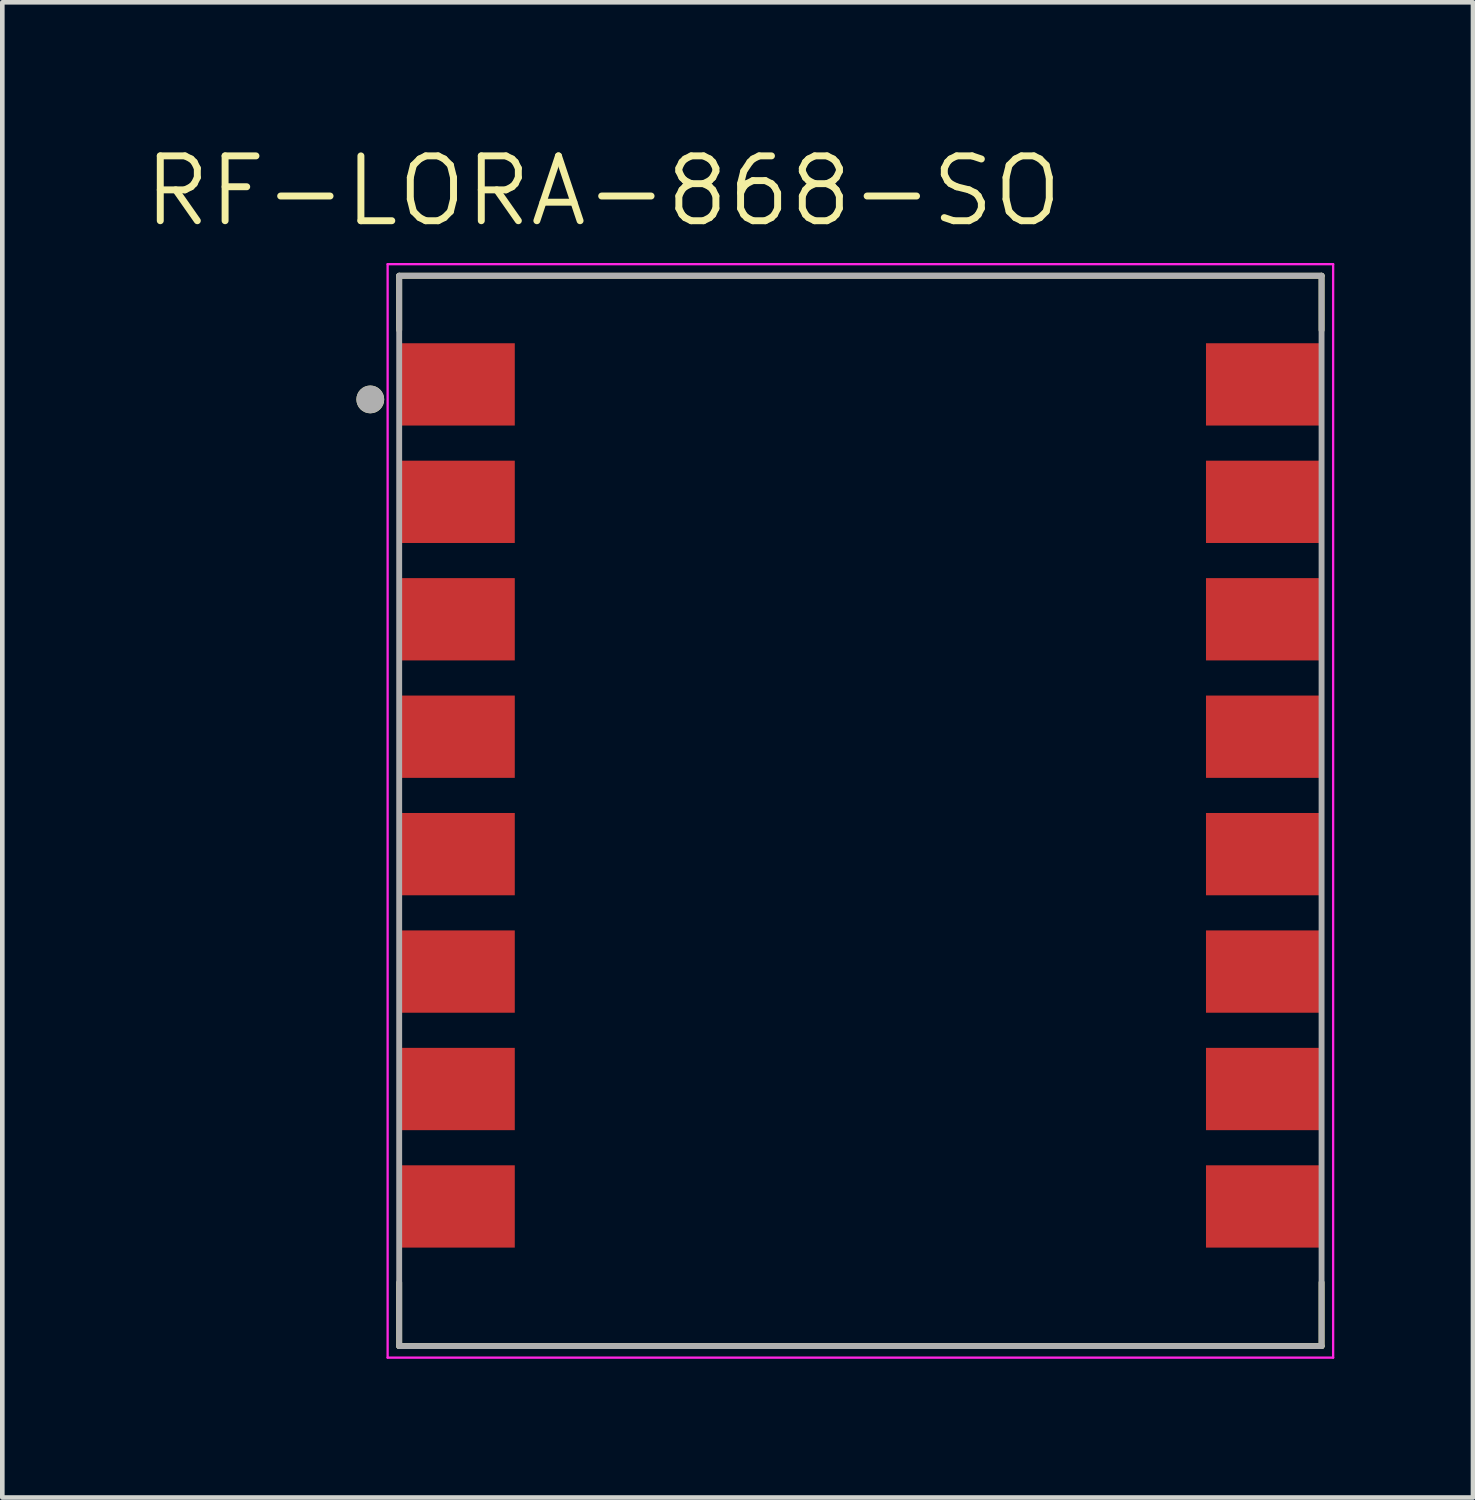
<source format=kicad_pcb>
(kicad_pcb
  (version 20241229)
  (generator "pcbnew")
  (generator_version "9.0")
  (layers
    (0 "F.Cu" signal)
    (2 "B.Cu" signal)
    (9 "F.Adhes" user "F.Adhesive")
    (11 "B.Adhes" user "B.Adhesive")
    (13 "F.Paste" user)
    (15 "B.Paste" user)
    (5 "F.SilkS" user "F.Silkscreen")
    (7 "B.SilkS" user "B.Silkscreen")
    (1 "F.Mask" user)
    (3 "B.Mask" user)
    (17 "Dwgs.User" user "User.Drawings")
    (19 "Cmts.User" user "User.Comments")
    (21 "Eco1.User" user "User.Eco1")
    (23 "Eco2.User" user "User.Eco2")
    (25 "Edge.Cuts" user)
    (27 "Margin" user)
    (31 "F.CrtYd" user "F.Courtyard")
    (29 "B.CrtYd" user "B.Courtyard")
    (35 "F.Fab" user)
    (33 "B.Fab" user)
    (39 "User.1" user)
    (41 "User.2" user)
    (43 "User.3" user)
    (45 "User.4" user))
  (footprint "RF-LORA-868-SO"
    (layer "F.Cu")
    (at 15.559 14.489)
    (property "Reference" "RF-LORA-868-SO" (at -5.562 -13.406 0) (layer "F.SilkS") (effects (font (size 1.402 1.402) (thickness 0.15))))
    (attr smd)
    (fp_line (start -9.975 -11.575) (end -9.975 -10.4) (stroke (width 0.127) (type solid)) (layer "F.SilkS"))
    (fp_line (start -9.975 11.575) (end -9.975 10.2) (stroke (width 0.127) (type solid)) (layer "F.SilkS"))
    (fp_line (start -9.975 11.575) (end 9.975 11.575) (stroke (width 0.127) (type solid)) (layer "F.SilkS"))
    (fp_line (start 9.975 -11.575) (end -9.975 -11.575) (stroke (width 0.127) (type solid)) (layer "F.SilkS"))
    (fp_line (start 9.975 -11.575) (end 9.975 -10.4) (stroke (width 0.127) (type solid)) (layer "F.SilkS"))
    (fp_line (start 9.975 11.575) (end 9.975 10.2) (stroke (width 0.127) (type solid)) (layer "F.SilkS"))
    (fp_circle (center -10.6 -8.9) (end -10.45 -8.9) (stroke (width 0.3) (type solid)) (fill no) (layer "F.SilkS"))
    (fp_line (start -10.225 -11.825) (end 10.225 -11.825) (stroke (width 0.05) (type solid)) (layer "F.CrtYd"))
    (fp_line (start -10.225 11.825) (end -10.225 -11.825) (stroke (width 0.05) (type solid)) (layer "F.CrtYd"))
    (fp_line (start 10.225 -11.825) (end 10.225 11.825) (stroke (width 0.05) (type solid)) (layer "F.CrtYd"))
    (fp_line (start 10.225 11.825) (end -10.225 11.825) (stroke (width 0.05) (type solid)) (layer "F.CrtYd"))
    (fp_line (start -9.975 -11.575) (end 9.975 -11.575) (stroke (width 0.127) (type solid)) (layer "F.Fab"))
    (fp_line (start -9.975 11.575) (end -9.975 -11.575) (stroke (width 0.127) (type solid)) (layer "F.Fab"))
    (fp_line (start 9.975 -11.575) (end 9.975 11.575) (stroke (width 0.127) (type solid)) (layer "F.Fab"))
    (fp_line (start 9.975 11.575) (end -9.975 11.575) (stroke (width 0.127) (type solid)) (layer "F.Fab"))
    (fp_circle (center -10.6 -8.9) (end -10.45 -8.9) (stroke (width 0.3) (type solid)) (fill no) (layer "F.Fab"))
    (pad "1" smd rect (at -8.725 -9.225) (size 2.5 1.78) (layers "F.Cu" "F.Mask" "F.Paste"))
    (pad "2" smd rect (at -8.725 -6.685) (size 2.5 1.78) (layers "F.Cu" "F.Mask" "F.Paste"))
    (pad "3" smd rect (at -8.725 -4.145) (size 2.5 1.78) (layers "F.Cu" "F.Mask" "F.Paste"))
    (pad "4" smd rect (at -8.725 -1.605) (size 2.5 1.78) (layers "F.Cu" "F.Mask" "F.Paste"))
    (pad "5" smd rect (at -8.725 0.935) (size 2.5 1.78) (layers "F.Cu" "F.Mask" "F.Paste"))
    (pad "6" smd rect (at -8.725 3.475) (size 2.5 1.78) (layers "F.Cu" "F.Mask" "F.Paste"))
    (pad "7" smd rect (at -8.725 6.015) (size 2.5 1.78) (layers "F.Cu" "F.Mask" "F.Paste"))
    (pad "8" smd rect (at -8.725 8.555) (size 2.5 1.78) (layers "F.Cu" "F.Mask" "F.Paste"))
    (pad "9" smd rect (at 8.725 8.555) (size 2.5 1.78) (layers "F.Cu" "F.Mask" "F.Paste"))
    (pad "10" smd rect (at 8.725 6.015) (size 2.5 1.78) (layers "F.Cu" "F.Mask" "F.Paste"))
    (pad "11" smd rect (at 8.725 3.475) (size 2.5 1.78) (layers "F.Cu" "F.Mask" "F.Paste"))
    (pad "12" smd rect (at 8.725 0.935) (size 2.5 1.78) (layers "F.Cu" "F.Mask" "F.Paste"))
    (pad "13" smd rect (at 8.725 -1.605) (size 2.5 1.78) (layers "F.Cu" "F.Mask" "F.Paste"))
    (pad "14" smd rect (at 8.725 -4.145) (size 2.5 1.78) (layers "F.Cu" "F.Mask" "F.Paste"))
    (pad "15" smd rect (at 8.725 -6.685) (size 2.5 1.78) (layers "F.Cu" "F.Mask" "F.Paste"))
    (pad "16" smd rect (at 8.725 -9.225) (size 2.5 1.78) (layers "F.Cu" "F.Mask" "F.Paste")))
  (gr_rect
    (start -3 -3)
    (end 28.809 29.339)
    (stroke (width 0.1) (type default))
    (fill no)
    (layer "Edge.Cuts")))
</source>
